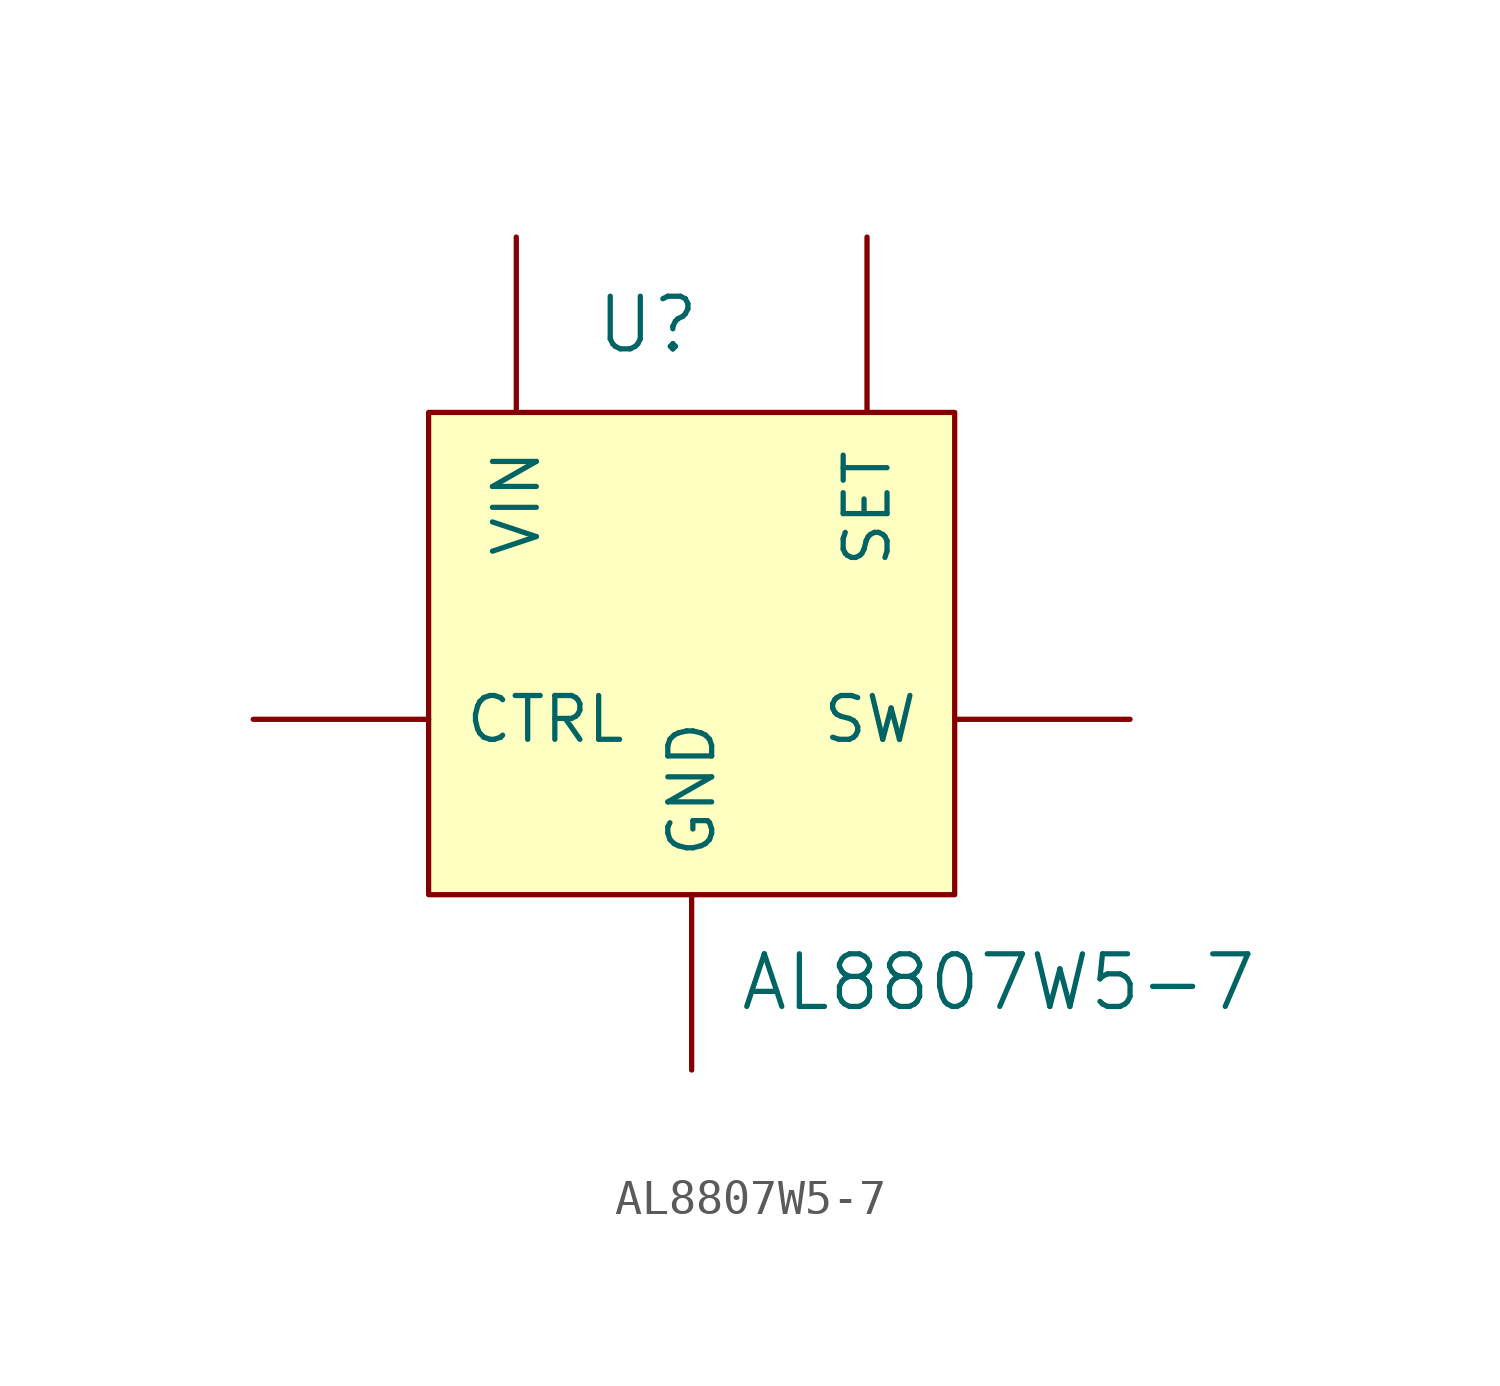
<source format=kicad_sym>
(kicad_symbol_lib
  (version 20220914)
  (generator kicad_symbol_editor)
  (symbol "AL8807W5-7"
    (pin_numbers hide)
    (pin_names
      (offset 1.016))
    (property "Reference" "U"
      (at -1.27 8.89 0)
      (effects (font (size 1.524 1.524))))
    (property "Value" "AL8807W5-7"
      (at 8.89 -10.16 0)
      (effects (font (size 1.524 1.524))))
    (symbol "AL8807W5-7_0_1"
      (rectangle (start -7.62 6.35) (end 7.62 -7.62) (stroke (width 0) (type default)) (fill (type background))))
    (symbol "AL8807W5-7_1_1"
      (pin input line (at 12.7 -2.54 180) (length 5.08) (name "SW" (effects (font (size 1.27 1.27)))) (number "1" (effects (font (size 1.27 1.27)))))
      (pin input line (at 0 -12.7 90) (length 5.08) (name "GND" (effects (font (size 1.27 1.27)))) (number "2" (effects (font (size 1.27 1.27)))))
      (pin input line (at -12.7 -2.54 0) (length 5.08) (name "CTRL" (effects (font (size 1.27 1.27)))) (number "3" (effects (font (size 1.27 1.27)))))
      (pin input line (at 5.08 11.43 270) (length 5.08) (name "SET" (effects (font (size 1.27 1.27)))) (number "4" (effects (font (size 1.27 1.27)))))
      (pin input line (at -5.08 11.43 270) (length 5.08) (name "VIN" (effects (font (size 1.27 1.27)))) (number "5" (effects (font (size 1.27 1.27))))))))
</source>
